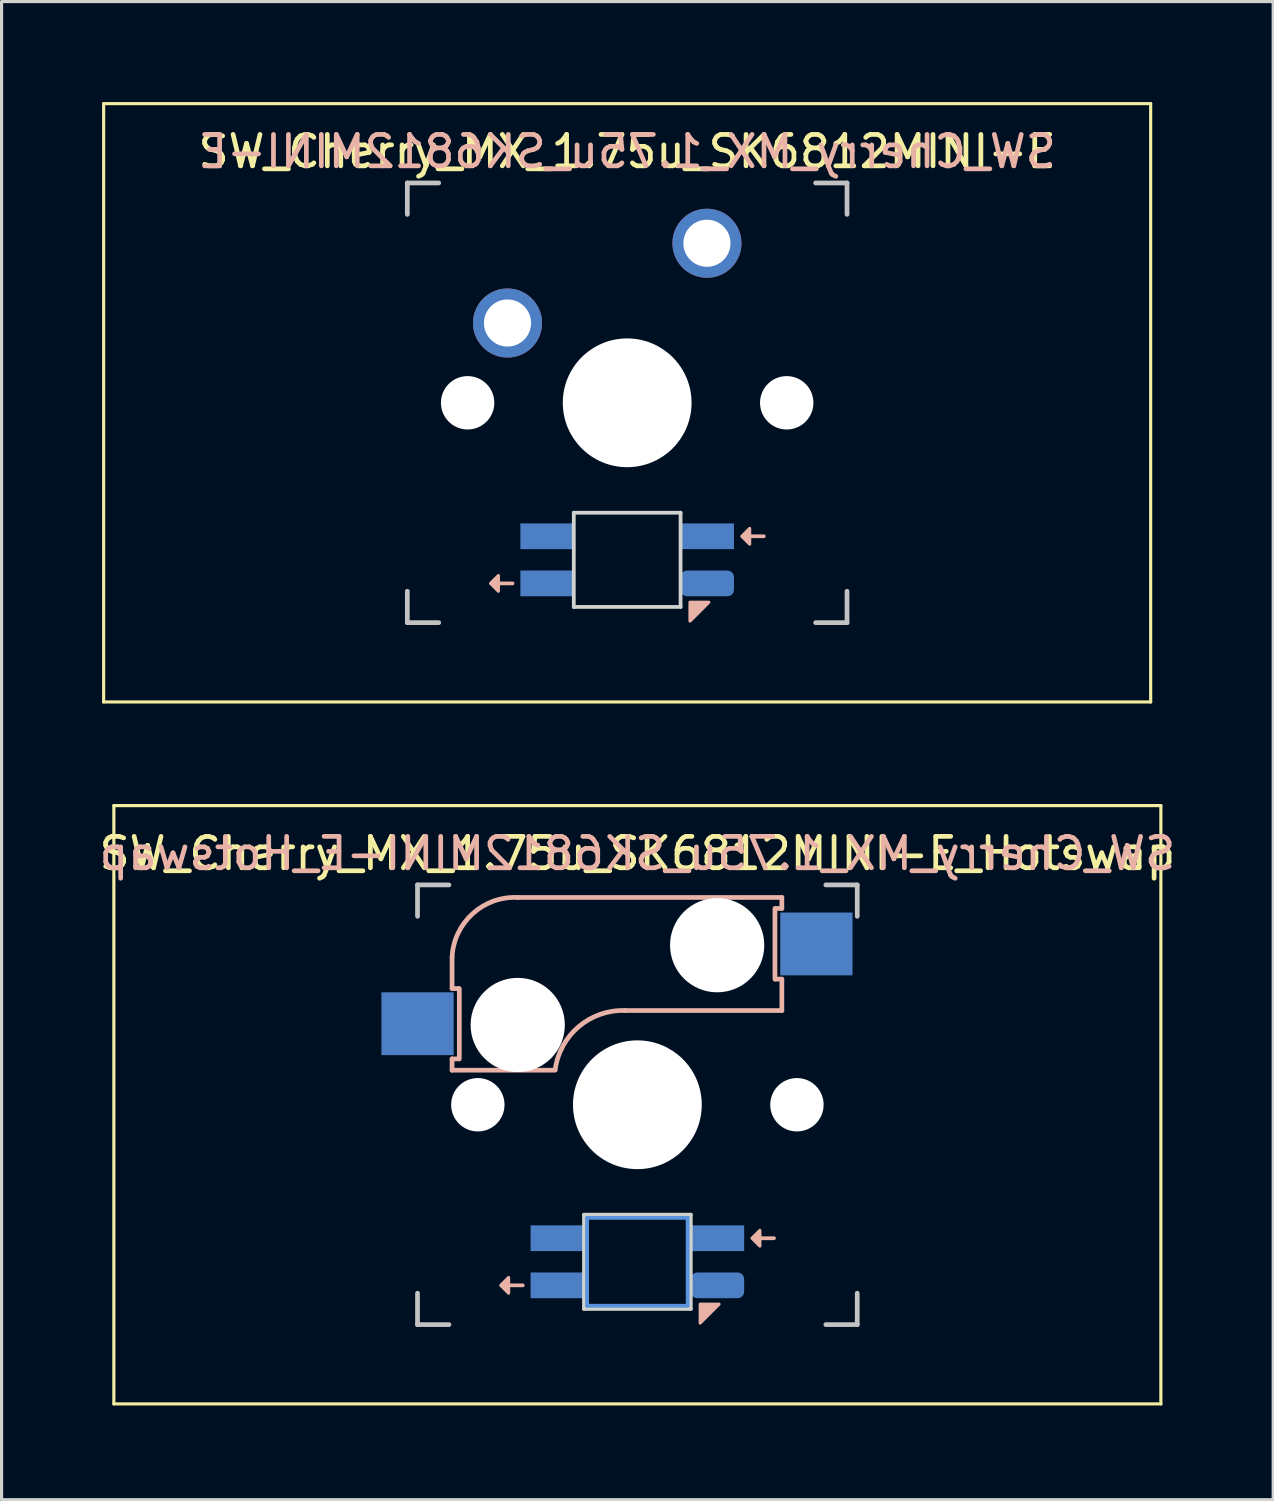
<source format=kicad_pcb>
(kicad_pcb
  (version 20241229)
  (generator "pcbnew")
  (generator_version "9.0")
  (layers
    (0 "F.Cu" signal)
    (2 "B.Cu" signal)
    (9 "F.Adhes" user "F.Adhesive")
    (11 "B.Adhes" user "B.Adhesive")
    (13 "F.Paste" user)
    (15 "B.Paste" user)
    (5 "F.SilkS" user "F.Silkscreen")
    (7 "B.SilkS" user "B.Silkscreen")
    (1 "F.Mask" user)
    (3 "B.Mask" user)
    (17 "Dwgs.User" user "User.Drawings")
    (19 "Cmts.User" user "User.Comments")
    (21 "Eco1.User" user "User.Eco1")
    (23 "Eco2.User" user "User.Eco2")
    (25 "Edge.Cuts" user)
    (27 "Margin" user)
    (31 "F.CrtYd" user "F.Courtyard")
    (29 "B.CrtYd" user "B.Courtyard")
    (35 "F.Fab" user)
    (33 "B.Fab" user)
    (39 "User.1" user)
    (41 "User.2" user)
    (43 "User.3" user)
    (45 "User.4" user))
  (footprint "SW_Cherry_MX_1.75u_SK6812MINI-E"
    (layer "F.Cu")
    (at 0.25 0.25)
    (property "Reference" "SW_Cherry_MX_1.75u_SK6812MINI-E" (at 16.669 1.525 0) (unlocked yes) (layer "F.SilkS") (effects (font (size 1 1) (thickness 0.15))))
    (attr through_hole)
    (fp_line (start 0 0) (end 33.337 0) (stroke (width 0.1) (type solid)) (layer "F.SilkS"))
    (fp_line (start 0 19.05) (end 0 0) (stroke (width 0.1) (type solid)) (layer "F.SilkS"))
    (fp_line (start 33.337 0) (end 33.337 19.05) (stroke (width 0.1) (type solid)) (layer "F.SilkS"))
    (fp_line (start 33.337 19.05) (end 0 19.05) (stroke (width 0.1) (type solid)) (layer "F.SilkS"))
    (fp_line (start 12.569 15.275) (end 13.019 15.275) (stroke (width 0.12) (type solid)) (layer "B.SilkS"))
    (fp_line (start 20.569 13.775) (end 21.019 13.775) (stroke (width 0.12) (type solid)) (layer "B.SilkS"))
    (fp_poly (pts (xy 12.569 15.025) (xy 12.319 15.275) (xy 12.569 15.525)) (stroke (width 0.1) (type solid)) (fill yes) (layer "B.SilkS"))
    (fp_poly (pts (xy 18.669 16.475) (xy 18.669 15.875) (xy 19.269 15.875)) (stroke (width 0.1) (type solid)) (fill yes) (layer "B.SilkS"))
    (fp_poly (pts (xy 20.569 13.525) (xy 20.319 13.775) (xy 20.569 14.025)) (stroke (width 0.1) (type solid)) (fill yes) (layer "B.SilkS"))
    (fp_line (start 9.669 2.525) (end 10.669 2.525) (stroke (width 0.15) (type solid)) (layer "Dwgs.User"))
    (fp_line (start 9.669 3.525) (end 9.669 2.525) (stroke (width 0.15) (type solid)) (layer "Dwgs.User"))
    (fp_line (start 9.669 15.525) (end 9.669 16.525) (stroke (width 0.15) (type solid)) (layer "Dwgs.User"))
    (fp_line (start 9.669 16.525) (end 10.669 16.525) (stroke (width 0.15) (type solid)) (layer "Dwgs.User"))
    (fp_line (start 22.669 16.525) (end 23.669 16.525) (stroke (width 0.15) (type solid)) (layer "Dwgs.User"))
    (fp_line (start 23.669 2.525) (end 22.669 2.525) (stroke (width 0.15) (type solid)) (layer "Dwgs.User"))
    (fp_line (start 23.669 2.525) (end 23.669 3.525) (stroke (width 0.15) (type solid)) (layer "Dwgs.User"))
    (fp_line (start 23.669 16.525) (end 23.669 15.525) (stroke (width 0.15) (type solid)) (layer "Dwgs.User"))
    (fp_line (start 9.62 2.48) (end 23.72 2.48) (stroke (width 0.05) (type solid)) (layer "Eco1.User"))
    (fp_line (start 9.62 16.58) (end 9.62 2.48) (stroke (width 0.05) (type solid)) (layer "Eco1.User"))
    (fp_line (start 23.72 2.48) (end 23.72 16.58) (stroke (width 0.05) (type solid)) (layer "Eco1.User"))
    (fp_line (start 23.72 16.58) (end 9.62 16.58) (stroke (width 0.05) (type solid)) (layer "Eco1.User"))
    (fp_line (start 14.969 13.025) (end 18.369 13.025) (stroke (width 0.12) (type solid)) (layer "Edge.Cuts"))
    (fp_line (start 14.969 16.025) (end 14.969 13.025) (stroke (width 0.12) (type solid)) (layer "Edge.Cuts"))
    (fp_line (start 18.369 13.025) (end 18.369 16.025) (stroke (width 0.12) (type solid)) (layer "Edge.Cuts"))
    (fp_line (start 18.369 16.025) (end 14.969 16.025) (stroke (width 0.12) (type solid)) (layer "Edge.Cuts"))
    (fp_text user "${REFERENCE}" (at 16.669 1.525 0) (layer "B.SilkS") (effects (font (size 1 1) (thickness 0.15)) (justify mirror)))
    (pad "" np_thru_hole circle (at 11.589 9.525) (size 1.7 1.7) (drill 1.7) (layers "*.Cu" "*.Mask"))
    (pad "" np_thru_hole circle (at 16.669 9.525 90) (size 4.1 4.1) (drill 4.1) (layers "*.Cu" "*.Mask"))
    (pad "" np_thru_hole circle (at 21.749 9.525) (size 1.7 1.7) (drill 1.7) (layers "*.Cu" "*.Mask"))
    (pad "1" thru_hole circle (at 12.859 6.985 180) (size 2.2 2.2) (drill 1.5) (layers "*.Cu" "*.Mask"))
    (pad "2" thru_hole circle (at 19.209 4.445 180) (size 2.2 2.2) (drill 1.5) (layers "*.Cu" "*.Mask"))
    (pad "3" smd rect (at 14.119 13.775) (size 1.7 0.82) (layers "B.Cu" "B.Mask" "B.Paste"))
    (pad "4" smd rect (at 14.119 15.275) (size 1.7 0.82) (layers "B.Cu" "B.Mask" "B.Paste"))
    (pad "5" smd roundrect (at 19.219 15.275) (size 1.7 0.82) (layers "B.Cu" "B.Mask" "B.Paste") (roundrect_rratio 0.25))
    (pad "6" smd rect (at 19.219 13.775) (size 1.7 0.82) (layers "B.Cu" "B.Mask" "B.Paste")))
  (footprint "SW_Cherry_MX_1.75u_SK6812MINI-E_Hotswap"
    (layer "F.Cu")
    (at 0.575 22.6)
    (property "Reference" "SW_Cherry_MX_1.75u_SK6812MINI-E_Hotswap" (at 16.669 1.525 0) (unlocked yes) (layer "F.SilkS") (effects (font (size 1 1) (thickness 0.15))))
    (attr through_hole)
    (fp_line (start 0 0) (end 33.337 0) (stroke (width 0.1) (type solid)) (layer "F.SilkS"))
    (fp_line (start 0 19.05) (end 0 0) (stroke (width 0.1) (type solid)) (layer "F.SilkS"))
    (fp_line (start 33.337 0) (end 33.337 19.05) (stroke (width 0.1) (type solid)) (layer "F.SilkS"))
    (fp_line (start 33.337 19.05) (end 0 19.05) (stroke (width 0.1) (type solid)) (layer "F.SilkS"))
    (fp_line (start 10.769 4.825) (end 10.769 5.825) (stroke (width 0.15) (type solid)) (layer "B.SilkS"))
    (fp_line (start 10.769 5.825) (end 10.969 5.825) (stroke (width 0.15) (type solid)) (layer "B.SilkS"))
    (fp_line (start 10.769 8.425) (end 10.769 8.065) (stroke (width 0.15) (type solid)) (layer "B.SilkS"))
    (fp_line (start 10.769 8.425) (end 14.049 8.425) (stroke (width 0.15) (type solid)) (layer "B.SilkS"))
    (fp_line (start 10.969 8.065) (end 10.769 8.065) (stroke (width 0.15) (type solid)) (layer "B.SilkS"))
    (fp_line (start 10.999 5.825) (end 10.999 8.065) (stroke (width 0.15) (type solid)) (layer "B.SilkS"))
    (fp_line (start 12.569 15.275) (end 13.019 15.275) (stroke (width 0.12) (type solid)) (layer "B.SilkS"))
    (fp_line (start 16.269 6.525) (end 21.269 6.525) (stroke (width 0.15) (type solid)) (layer "B.SilkS"))
    (fp_line (start 20.569 13.775) (end 21.019 13.775) (stroke (width 0.12) (type solid)) (layer "B.SilkS"))
    (fp_line (start 21.049 5.525) (end 21.049 3.275) (stroke (width 0.15) (type solid)) (layer "B.SilkS"))
    (fp_line (start 21.069 3.275) (end 21.269 3.275) (stroke (width 0.15) (type solid)) (layer "B.SilkS"))
    (fp_line (start 21.269 2.925) (end 12.869 2.925) (stroke (width 0.15) (type solid)) (layer "B.SilkS"))
    (fp_line (start 21.269 3.275) (end 21.269 2.925) (stroke (width 0.15) (type solid)) (layer "B.SilkS"))
    (fp_line (start 21.269 5.525) (end 21.069 5.525) (stroke (width 0.15) (type solid)) (layer "B.SilkS"))
    (fp_line (start 21.269 6.525) (end 21.269 5.525) (stroke (width 0.15) (type solid)) (layer "B.SilkS"))
    (fp_arc (start 10.76875 4.825001) (mid 11.425246 3.440076) (end 12.868749 2.925) (stroke (width 0.15) (type solid)) (layer "B.SilkS"))
    (fp_arc (start 14.052432 8.403529) (mid 14.800041 7.038882) (end 16.26875 6.525) (stroke (width 0.15) (type solid)) (layer "B.SilkS"))
    (fp_poly (pts (xy 12.569 15.025) (xy 12.319 15.275) (xy 12.569 15.525)) (stroke (width 0.1) (type solid)) (fill yes) (layer "B.SilkS"))
    (fp_poly (pts (xy 18.669 16.475) (xy 18.669 15.875) (xy 19.269 15.875)) (stroke (width 0.1) (type solid)) (fill yes) (layer "B.SilkS"))
    (fp_poly (pts (xy 20.569 13.525) (xy 20.319 13.775) (xy 20.569 14.025)) (stroke (width 0.1) (type solid)) (fill yes) (layer "B.SilkS"))
    (fp_line (start 9.669 2.525) (end 10.669 2.525) (stroke (width 0.15) (type solid)) (layer "Dwgs.User"))
    (fp_line (start 9.669 3.525) (end 9.669 2.525) (stroke (width 0.15) (type solid)) (layer "Dwgs.User"))
    (fp_line (start 9.669 15.525) (end 9.669 16.525) (stroke (width 0.15) (type solid)) (layer "Dwgs.User"))
    (fp_line (start 9.669 16.525) (end 10.669 16.525) (stroke (width 0.15) (type solid)) (layer "Dwgs.User"))
    (fp_line (start 22.669 16.525) (end 23.669 16.525) (stroke (width 0.15) (type solid)) (layer "Dwgs.User"))
    (fp_line (start 23.669 2.525) (end 22.669 2.525) (stroke (width 0.15) (type solid)) (layer "Dwgs.User"))
    (fp_line (start 23.669 2.525) (end 23.669 3.525) (stroke (width 0.15) (type solid)) (layer "Dwgs.User"))
    (fp_line (start 23.669 16.525) (end 23.669 15.525) (stroke (width 0.15) (type solid)) (layer "Dwgs.User"))
    (fp_line (start 15.069 13.125) (end 18.269 13.125) (stroke (width 0.12) (type solid)) (layer "Cmts.User"))
    (fp_line (start 15.069 15.925) (end 15.069 13.125) (stroke (width 0.12) (type solid)) (layer "Cmts.User"))
    (fp_line (start 18.269 13.125) (end 18.269 15.925) (stroke (width 0.12) (type solid)) (layer "Cmts.User"))
    (fp_line (start 18.269 15.925) (end 15.069 15.925) (stroke (width 0.12) (type solid)) (layer "Cmts.User"))
    (fp_line (start 9.62 2.48) (end 23.72 2.48) (stroke (width 0.05) (type solid)) (layer "Eco1.User"))
    (fp_line (start 9.62 16.58) (end 9.62 2.48) (stroke (width 0.05) (type solid)) (layer "Eco1.User"))
    (fp_line (start 23.72 2.48) (end 23.72 16.58) (stroke (width 0.05) (type solid)) (layer "Eco1.User"))
    (fp_line (start 23.72 16.58) (end 9.62 16.58) (stroke (width 0.05) (type solid)) (layer "Eco1.User"))
    (fp_line (start 14.969 13.025) (end 18.369 13.025) (stroke (width 0.12) (type solid)) (layer "Edge.Cuts"))
    (fp_line (start 14.969 16.025) (end 14.969 13.025) (stroke (width 0.12) (type solid)) (layer "Edge.Cuts"))
    (fp_line (start 18.369 13.025) (end 18.369 16.025) (stroke (width 0.12) (type solid)) (layer "Edge.Cuts"))
    (fp_line (start 18.369 16.025) (end 14.969 16.025) (stroke (width 0.12) (type solid)) (layer "Edge.Cuts"))
    (fp_text user "${REFERENCE}" (at 16.669 1.525 0) (layer "B.SilkS") (effects (font (size 1 1) (thickness 0.15)) (justify mirror)))
    (pad "" np_thru_hole circle (at 11.589 9.525) (size 1.7 1.7) (drill 1.7) (layers "*.Cu" "*.Mask"))
    (pad "" np_thru_hole circle (at 12.859 6.985 180) (size 3 3) (drill 3) (layers "*.Cu" "*.Mask"))
    (pad "" np_thru_hole circle (at 16.669 9.525 90) (size 4.1 4.1) (drill 4.1) (layers "*.Cu" "*.Mask"))
    (pad "" np_thru_hole circle (at 19.209 4.445 180) (size 3 3) (drill 3) (layers "*.Cu" "*.Mask"))
    (pad "" np_thru_hole circle (at 21.749 9.525) (size 1.7 1.7) (drill 1.7) (layers "*.Cu" "*.Mask"))
    (pad "1" smd rect (at 9.669 6.945 180) (size 2.3 2) (layers "B.Cu" "B.Mask" "B.Paste"))
    (pad "2" smd rect (at 22.369 4.405 180) (size 2.3 2) (layers "B.Cu" "B.Mask" "B.Paste"))
    (pad "3" smd rect (at 14.119 13.775) (size 1.7 0.82) (layers "B.Cu" "B.Mask" "B.Paste"))
    (pad "4" smd rect (at 14.119 15.275) (size 1.7 0.82) (layers "B.Cu" "B.Mask" "B.Paste"))
    (pad "5" smd roundrect (at 19.219 15.275) (size 1.7 0.82) (layers "B.Cu" "B.Mask" "B.Paste") (roundrect_rratio 0.25))
    (pad "6" smd rect (at 19.219 13.775) (size 1.7 0.82) (layers "B.Cu" "B.Mask" "B.Paste")))
  (gr_rect
    (start -3 -3)
    (end 37.488 44.7)
    (stroke (width 0.1) (type default))
    (fill no)
    (layer "Edge.Cuts")))
</source>
